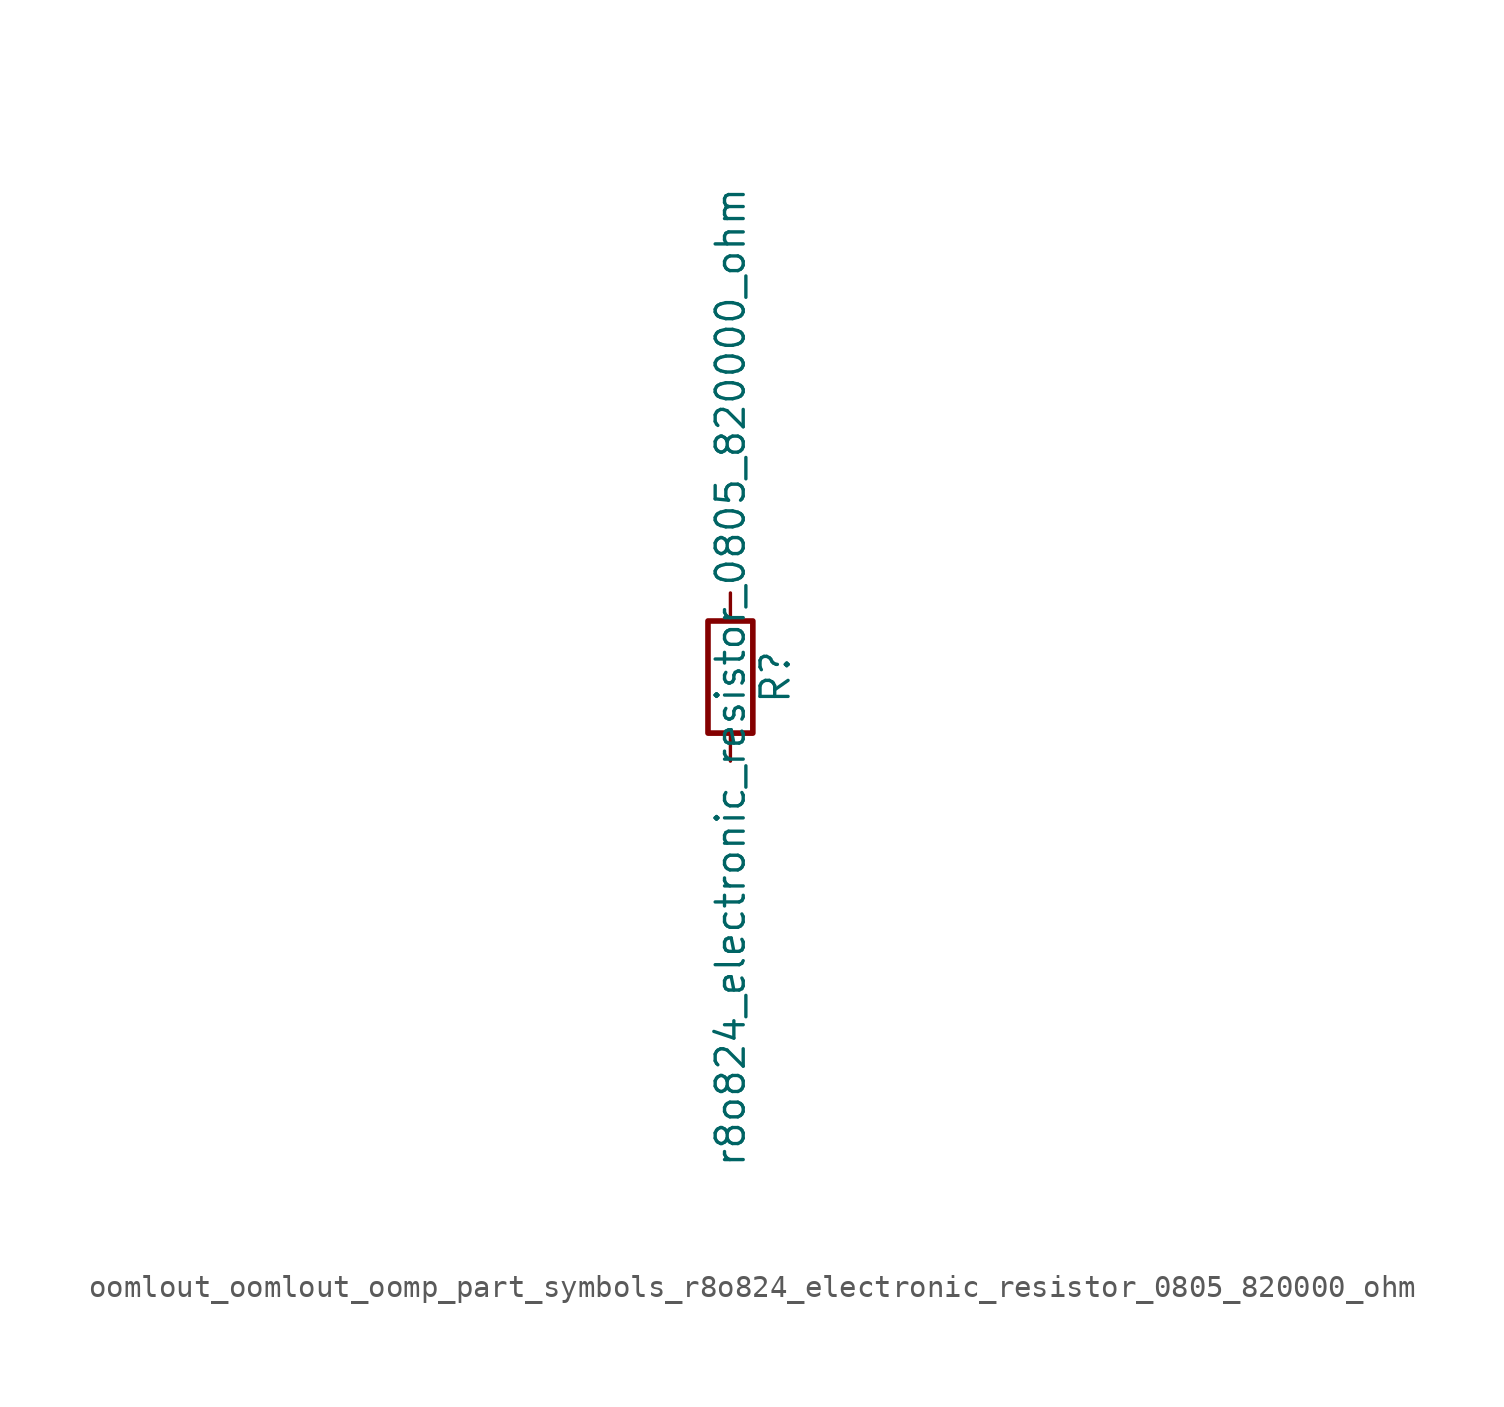
<source format=kicad_sym>
(kicad_symbol_lib
  (version 20220914)
  (generator kicad_symbol_editor)
  (symbol "oomlout_oomlout_oomp_part_symbols_r8o824_electronic_resistor_0805_820000_ohm"
    (pin_numbers hide)
    (pin_names
      (offset 0))
    (property "Reference" "R"
      (at 2.032 0 90)
      (effects (font (size 1.27 1.27))))
    (property "Value" "r8o824_electronic_resistor_0805_820000_ohm"
      (at 0 0 90)
      (effects (font (size 1.27 1.27))))
    (symbol "oomlout_oomlout_oomp_part_symbols_r8o824_electronic_resistor_0805_820000_ohm_0_1"
      (rectangle (start -1.016 -2.54) (end 1.016 2.54) (stroke (width 0.254) (type default)) (fill (type none))))
    (symbol "oomlout_oomlout_oomp_part_symbols_r8o824_electronic_resistor_0805_820000_ohm_1_1"
      (pin passive line (at 0 3.81 270) (length 1.27) (name "~" (effects (font (size 1.27 1.27)))) (number "1" (effects (font (size 1.27 1.27)))))
      (pin passive line (at 0 -3.81 90) (length 1.27) (name "~" (effects (font (size 1.27 1.27)))) (number "2" (effects (font (size 1.27 1.27))))))))
</source>
